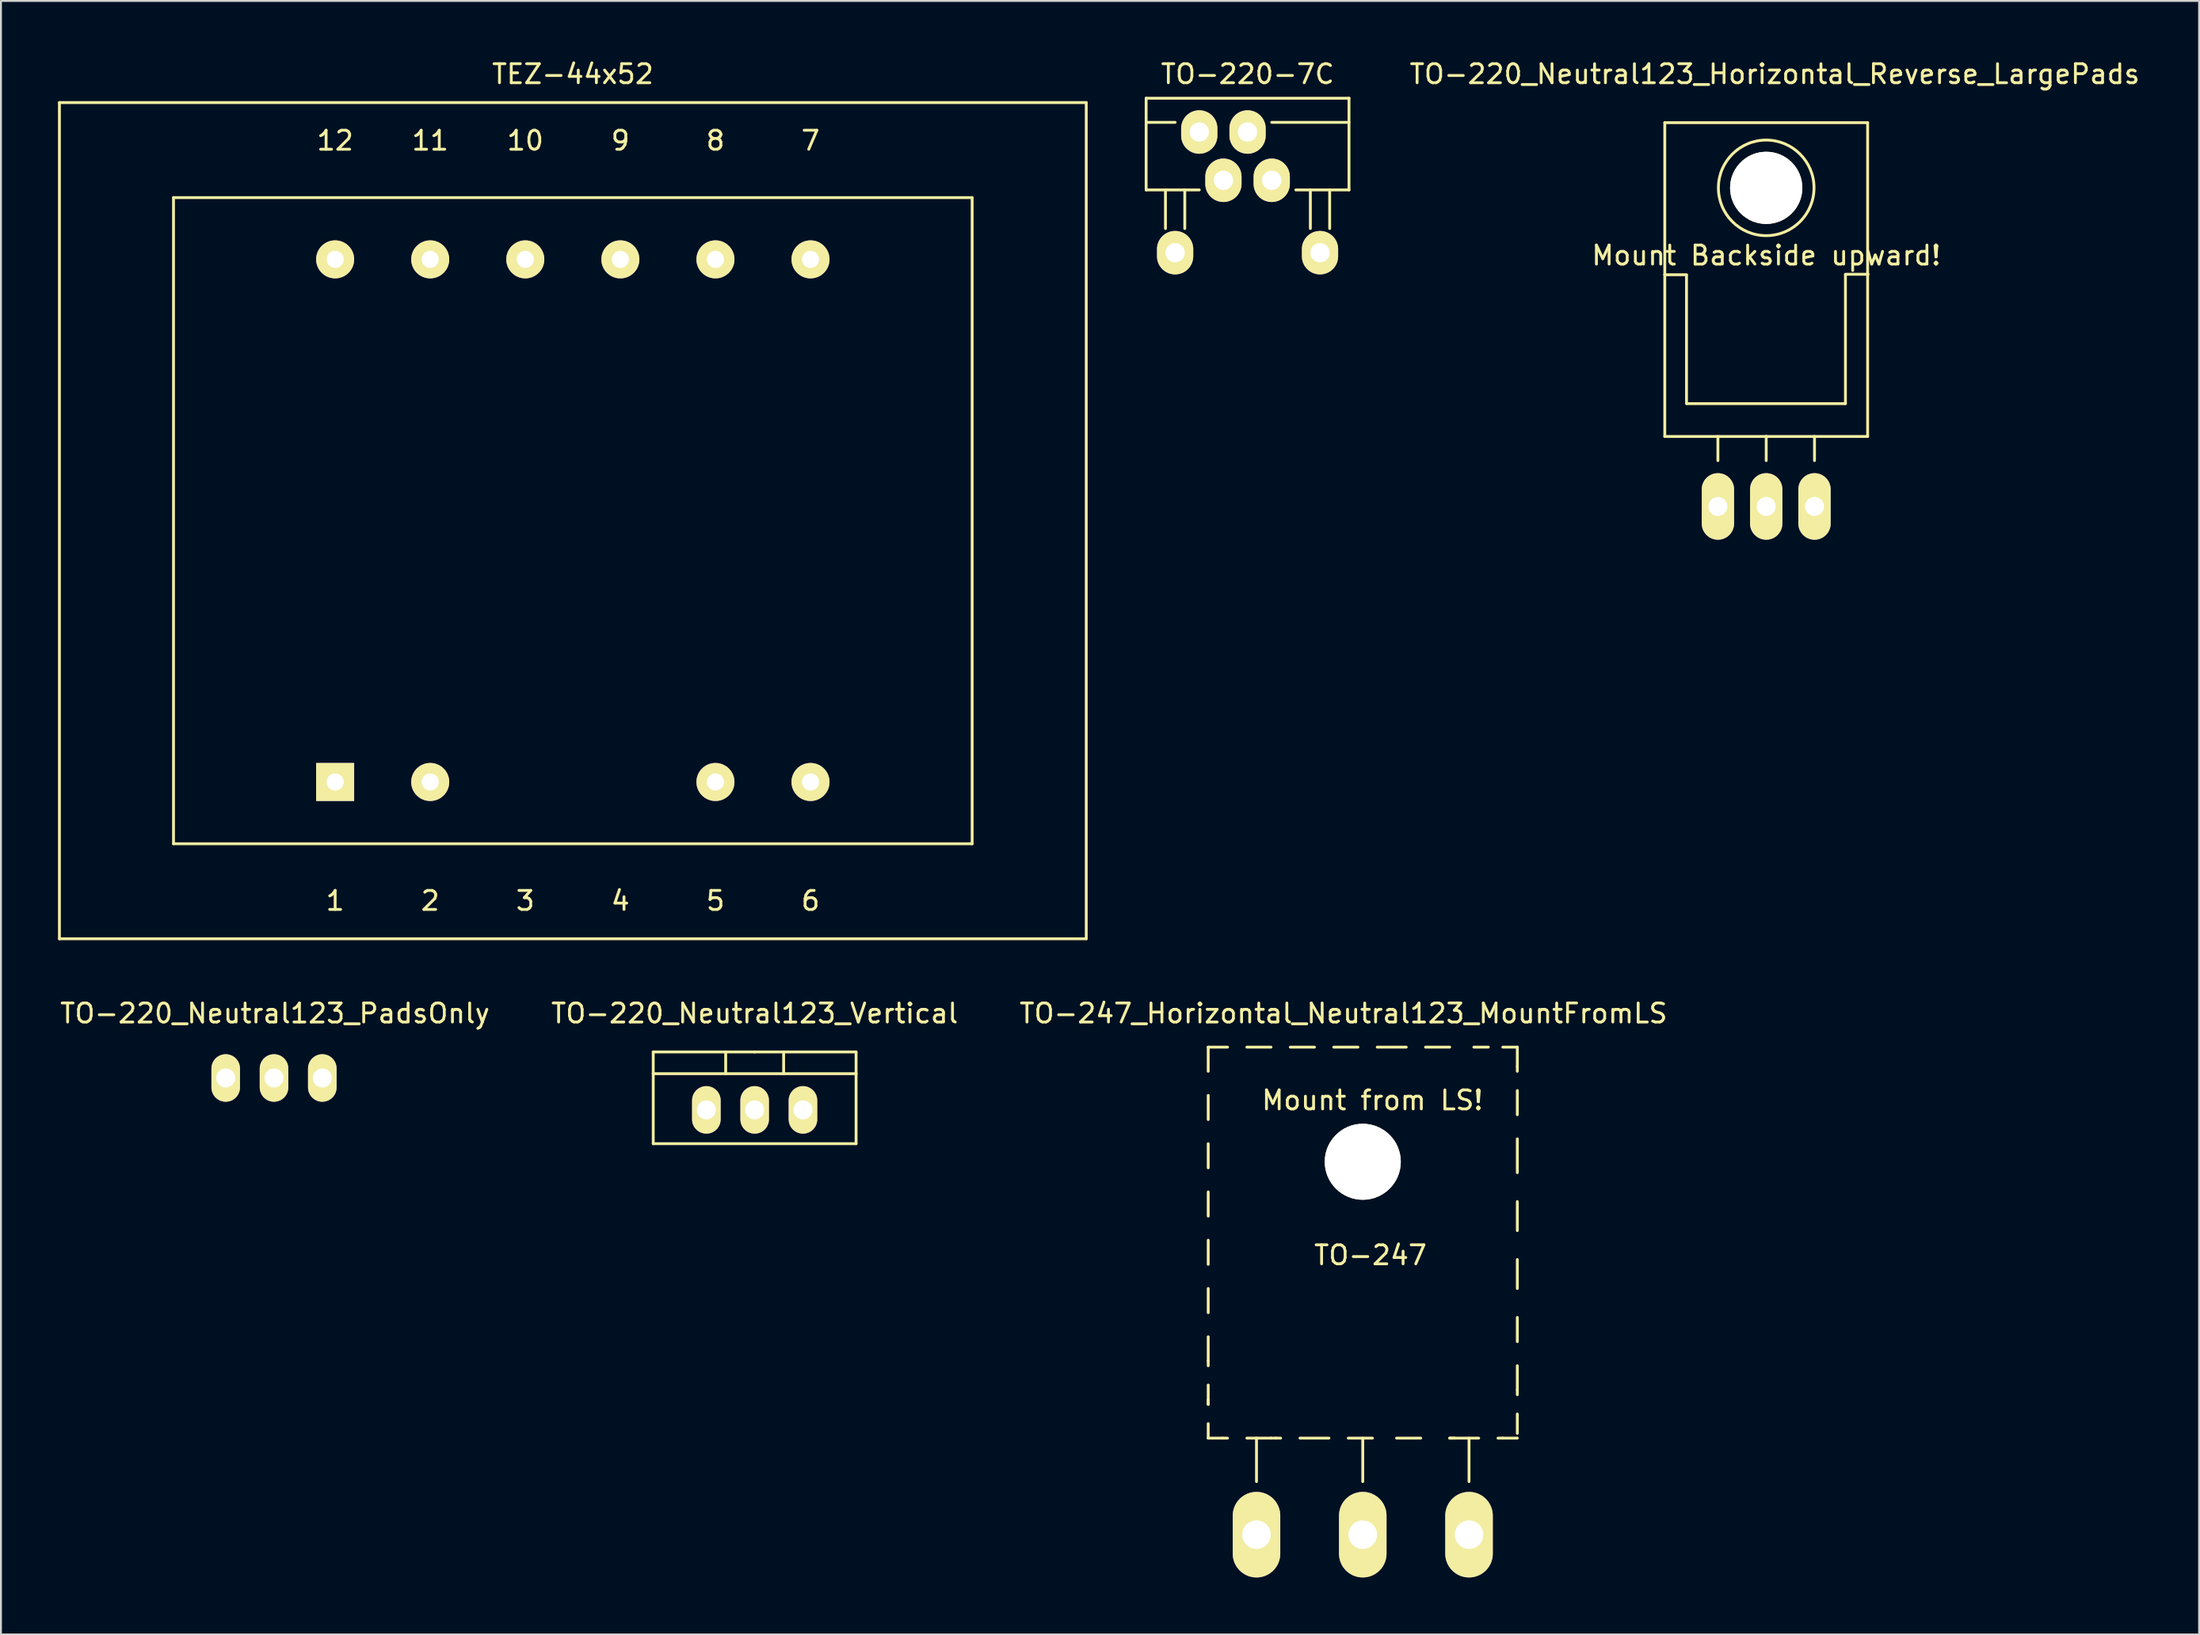
<source format=kicad_pcb>
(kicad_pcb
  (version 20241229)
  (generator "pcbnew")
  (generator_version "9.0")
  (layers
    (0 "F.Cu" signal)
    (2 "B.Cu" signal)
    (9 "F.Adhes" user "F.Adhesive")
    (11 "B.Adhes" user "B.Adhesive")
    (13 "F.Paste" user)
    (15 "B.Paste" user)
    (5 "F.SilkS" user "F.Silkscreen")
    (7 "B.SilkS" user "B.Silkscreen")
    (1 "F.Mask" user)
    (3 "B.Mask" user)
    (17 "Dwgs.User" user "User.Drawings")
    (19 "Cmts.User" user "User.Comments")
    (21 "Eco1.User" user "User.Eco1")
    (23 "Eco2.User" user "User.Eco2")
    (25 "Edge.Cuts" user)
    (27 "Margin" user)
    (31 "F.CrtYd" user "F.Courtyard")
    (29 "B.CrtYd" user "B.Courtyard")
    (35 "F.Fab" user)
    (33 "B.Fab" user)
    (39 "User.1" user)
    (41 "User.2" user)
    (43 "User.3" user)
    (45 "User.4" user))
  (footprint "TO-220_Neutral123_Vertical"
    (layer "F.Cu")
    (at 36.637 55.352)
    (property "Reference" "TO-220_Neutral123_Vertical" (at 0 -5.08 0) (layer "F.SilkS") (effects (font (size 1 1) (thickness 0.15))))
    (attr through_hole)
    (fp_line (start -5.334 -1.905) (end -5.334 -3.048) (stroke (width 0.15) (type solid)) (layer "F.SilkS"))
    (fp_line (start -5.334 1.778) (end -5.334 -1.905) (stroke (width 0.15) (type solid)) (layer "F.SilkS"))
    (fp_line (start -1.524 -3.048) (end -1.524 -1.905) (stroke (width 0.15) (type solid)) (layer "F.SilkS"))
    (fp_line (start 0 -3.048) (end -5.334 -3.048) (stroke (width 0.15) (type solid)) (layer "F.SilkS"))
    (fp_line (start 0 -3.048) (end 5.334 -3.048) (stroke (width 0.15) (type solid)) (layer "F.SilkS"))
    (fp_line (start 1.524 -3.048) (end 1.524 -1.905) (stroke (width 0.15) (type solid)) (layer "F.SilkS"))
    (fp_line (start 5.334 -3.048) (end 5.334 -1.905) (stroke (width 0.15) (type solid)) (layer "F.SilkS"))
    (fp_line (start 5.334 -1.905) (end -5.334 -1.905) (stroke (width 0.15) (type solid)) (layer "F.SilkS"))
    (fp_line (start 5.334 -1.905) (end 5.334 1.778) (stroke (width 0.15) (type solid)) (layer "F.SilkS"))
    (fp_line (start 5.334 1.778) (end -5.334 1.778) (stroke (width 0.15) (type solid)) (layer "F.SilkS"))
    (pad "1" thru_hole oval (at -2.54 0 90) (size 2.499 1.501) (drill 1.001) (layers "*.Cu" "*.Mask" "F.SilkS"))
    (pad "2" thru_hole oval (at 0 0 90) (size 2.499 1.501) (drill 1.001) (layers "*.Cu" "*.Mask" "F.SilkS"))
    (pad "3" thru_hole oval (at 2.54 0 90) (size 2.499 1.501) (drill 1.001) (layers "*.Cu" "*.Mask" "F.SilkS")))
  (footprint "TO-247_Horizontal_Neutral123_MountFromLS"
    (layer "F.Cu")
    (at 68.617 77.704)
    (property "Reference" "TO-247_Horizontal_Neutral123_MountFromLS" (at -1.016 -27.432 0) (layer "F.SilkS") (effects (font (size 1 1) (thickness 0.15))))
    (attr through_hole)
    (fp_line (start -8.128 -25.654) (end -8.128 -24.384) (stroke (width 0.15) (type solid)) (layer "F.SilkS"))
    (fp_line (start -8.128 -25.654) (end -7.112 -25.654) (stroke (width 0.15) (type solid)) (layer "F.SilkS"))
    (fp_line (start -8.128 -23.114) (end -8.128 -21.844) (stroke (width 0.15) (type solid)) (layer "F.SilkS"))
    (fp_line (start -8.128 -20.574) (end -8.128 -19.304) (stroke (width 0.15) (type solid)) (layer "F.SilkS"))
    (fp_line (start -8.128 -18.034) (end -8.128 -16.764) (stroke (width 0.15) (type solid)) (layer "F.SilkS"))
    (fp_line (start -8.128 -15.494) (end -8.128 -14.224) (stroke (width 0.15) (type solid)) (layer "F.SilkS"))
    (fp_line (start -8.128 -12.954) (end -8.128 -11.684) (stroke (width 0.15) (type solid)) (layer "F.SilkS"))
    (fp_line (start -8.128 -10.414) (end -8.128 -9.144) (stroke (width 0.15) (type solid)) (layer "F.SilkS"))
    (fp_line (start -8.128 -9.144) (end -8.128 -8.89) (stroke (width 0.15) (type solid)) (layer "F.SilkS"))
    (fp_line (start -8.128 -7.874) (end -8.128 -6.858) (stroke (width 0.15) (type solid)) (layer "F.SilkS"))
    (fp_line (start -8.128 -6.858) (end -8.128 -7.112) (stroke (width 0.15) (type solid)) (layer "F.SilkS"))
    (fp_line (start -8.128 -5.842) (end -8.128 -5.08) (stroke (width 0.15) (type solid)) (layer "F.SilkS"))
    (fp_line (start -8.128 -5.08) (end -7.366 -5.08) (stroke (width 0.15) (type solid)) (layer "F.SilkS"))
    (fp_line (start -7.366 -5.08) (end -7.112 -5.08) (stroke (width 0.15) (type solid)) (layer "F.SilkS"))
    (fp_line (start -6.096 -25.654) (end -4.826 -25.654) (stroke (width 0.15) (type solid)) (layer "F.SilkS"))
    (fp_line (start -6.096 -5.08) (end -4.826 -5.08) (stroke (width 0.15) (type solid)) (layer "F.SilkS"))
    (fp_line (start -5.588 -2.794) (end -5.588 -5.08) (stroke (width 0.15) (type solid)) (layer "F.SilkS"))
    (fp_line (start -4.826 -5.08) (end -4.572 -5.08) (stroke (width 0.15) (type solid)) (layer "F.SilkS"))
    (fp_line (start -4.572 -5.08) (end -4.318 -5.08) (stroke (width 0.15) (type solid)) (layer "F.SilkS"))
    (fp_line (start -3.81 -25.654) (end -2.54 -25.654) (stroke (width 0.15) (type solid)) (layer "F.SilkS"))
    (fp_line (start -3.302 -5.08) (end -1.778 -5.08) (stroke (width 0.15) (type solid)) (layer "F.SilkS"))
    (fp_line (start -1.524 -25.654) (end -0.254 -25.654) (stroke (width 0.15) (type solid)) (layer "F.SilkS"))
    (fp_line (start -0.762 -5.08) (end 0.508 -5.08) (stroke (width 0.15) (type solid)) (layer "F.SilkS"))
    (fp_line (start 0 -2.794) (end 0 -5.08) (stroke (width 0.15) (type solid)) (layer "F.SilkS"))
    (fp_line (start 0.762 -25.654) (end 2.286 -25.654) (stroke (width 0.15) (type solid)) (layer "F.SilkS"))
    (fp_line (start 1.778 -5.08) (end 3.048 -5.08) (stroke (width 0.15) (type solid)) (layer "F.SilkS"))
    (fp_line (start 3.302 -25.654) (end 4.572 -25.654) (stroke (width 0.15) (type solid)) (layer "F.SilkS"))
    (fp_line (start 4.572 -5.08) (end 4.826 -5.08) (stroke (width 0.15) (type solid)) (layer "F.SilkS"))
    (fp_line (start 5.588 -2.794) (end 5.588 -5.08) (stroke (width 0.15) (type solid)) (layer "F.SilkS"))
    (fp_line (start 5.842 -25.654) (end 6.604 -25.654) (stroke (width 0.15) (type solid)) (layer "F.SilkS"))
    (fp_line (start 6.096 -5.08) (end 4.572 -5.08) (stroke (width 0.15) (type solid)) (layer "F.SilkS"))
    (fp_line (start 7.366 -25.654) (end 8.128 -25.654) (stroke (width 0.15) (type solid)) (layer "F.SilkS"))
    (fp_line (start 7.366 -5.08) (end 7.112 -5.08) (stroke (width 0.15) (type solid)) (layer "F.SilkS"))
    (fp_line (start 8.128 -25.654) (end 8.128 -24.638) (stroke (width 0.15) (type solid)) (layer "F.SilkS"))
    (fp_line (start 8.128 -24.638) (end 8.128 -24.384) (stroke (width 0.15) (type solid)) (layer "F.SilkS"))
    (fp_line (start 8.128 -23.368) (end 8.128 -22.098) (stroke (width 0.15) (type solid)) (layer "F.SilkS"))
    (fp_line (start 8.128 -20.828) (end 8.128 -19.05) (stroke (width 0.15) (type solid)) (layer "F.SilkS"))
    (fp_line (start 8.128 -17.526) (end 8.128 -16.002) (stroke (width 0.15) (type solid)) (layer "F.SilkS"))
    (fp_line (start 8.128 -14.478) (end 8.128 -12.954) (stroke (width 0.15) (type solid)) (layer "F.SilkS"))
    (fp_line (start 8.128 -11.43) (end 8.128 -10.16) (stroke (width 0.15) (type solid)) (layer "F.SilkS"))
    (fp_line (start 8.128 -8.89) (end 8.128 -7.62) (stroke (width 0.15) (type solid)) (layer "F.SilkS"))
    (fp_line (start 8.128 -7.62) (end 8.128 -7.366) (stroke (width 0.15) (type solid)) (layer "F.SilkS"))
    (fp_line (start 8.128 -6.35) (end 8.128 -5.334) (stroke (width 0.15) (type solid)) (layer "F.SilkS"))
    (fp_line (start 8.128 -5.08) (end 7.366 -5.08) (stroke (width 0.15) (type solid)) (layer "F.SilkS"))
    (fp_circle (center 0 -19.558) (end 1.778 -19.558) (stroke (width 0.15) (type solid)) (fill no) (layer "F.SilkS"))
    (fp_text user "TO-247" (at 0.406 -14.707 0) (layer "F.SilkS") (effects (font (size 1 1) (thickness 0.15))))
    (fp_text user "Mount from LS!" (at 0.508 -22.86 0) (layer "F.SilkS") (effects (font (size 1 1) (thickness 0.15))))
    (pad "" np_thru_hole circle (at 0 -19.622) (size 4 4) (drill 4) (layers "*.Cu" "*.Mask" "F.SilkS"))
    (pad "1" thru_hole oval (at 5.588 0 90) (size 4.501 2.499) (drill 1.501) (layers "*.Cu" "*.Mask" "F.SilkS"))
    (pad "2" thru_hole oval (at 0 0 90) (size 4.501 2.499) (drill 1.501) (layers "*.Cu" "*.Mask" "F.SilkS"))
    (pad "3" thru_hole oval (at -5.588 0 90) (size 4.501 2.499) (drill 1.501) (layers "*.Cu" "*.Mask" "F.SilkS")))
  (footprint "TEZ-44x52"
    (layer "F.Cu")
    (at 27.075 24.348)
    (property "Reference" "TEZ-44x52" (at 0 -23.5 0) (layer "F.SilkS") (effects (font (size 1 1) (thickness 0.15))))
    (attr through_hole)
    (fp_line (start -27 -22) (end 27 -22) (stroke (width 0.15) (type solid)) (layer "F.SilkS"))
    (fp_line (start -27 22) (end -27 -22) (stroke (width 0.15) (type solid)) (layer "F.SilkS"))
    (fp_line (start -21 -17) (end 21 -17) (stroke (width 0.15) (type solid)) (layer "F.SilkS"))
    (fp_line (start -21 17) (end -21 -17) (stroke (width 0.15) (type solid)) (layer "F.SilkS"))
    (fp_line (start 21 -17) (end 21 17) (stroke (width 0.15) (type solid)) (layer "F.SilkS"))
    (fp_line (start 21 17) (end -21 17) (stroke (width 0.15) (type solid)) (layer "F.SilkS"))
    (fp_line (start 27 -22) (end 27 22) (stroke (width 0.15) (type solid)) (layer "F.SilkS"))
    (fp_line (start 27 22) (end -27 22) (stroke (width 0.15) (type solid)) (layer "F.SilkS"))
    (fp_text user "7" (at 12.5 -20 0) (layer "F.SilkS") (effects (font (size 1 1) (thickness 0.15))))
    (fp_text user "5" (at 7.5 20 0) (layer "F.SilkS") (effects (font (size 1 1) (thickness 0.15))))
    (fp_text user "12" (at -12.5 -20 0) (layer "F.SilkS") (effects (font (size 1 1) (thickness 0.15))))
    (fp_text user "9" (at 2.5 -20 0) (layer "F.SilkS") (effects (font (size 1 1) (thickness 0.15))))
    (fp_text user "8" (at 7.5 -20 0) (layer "F.SilkS") (effects (font (size 1 1) (thickness 0.15))))
    (fp_text user "6" (at 12.5 20 0) (layer "F.SilkS") (effects (font (size 1 1) (thickness 0.15))))
    (fp_text user "10" (at -2.5 -20 0) (layer "F.SilkS") (effects (font (size 1 1) (thickness 0.15))))
    (fp_text user "1" (at -12.5 20 0) (layer "F.SilkS") (effects (font (size 1 1) (thickness 0.15))))
    (fp_text user "4" (at 2.5 20 0) (layer "F.SilkS") (effects (font (size 1 1) (thickness 0.15))))
    (fp_text user "2" (at -7.5 20 0) (layer "F.SilkS") (effects (font (size 1 1) (thickness 0.15))))
    (fp_text user "3" (at -2.5 20 0) (layer "F.SilkS") (effects (font (size 1 1) (thickness 0.15))))
    (fp_text user "11" (at -7.5 -20 0) (layer "F.SilkS") (effects (font (size 1 1) (thickness 0.15))))
    (pad "1" thru_hole rect (at -12.5 13.75) (size 2 2) (drill 0.9) (layers "*.Cu" "*.Mask" "F.SilkS"))
    (pad "2" thru_hole circle (at -7.5 13.75) (size 2 2) (drill 0.9) (layers "*.Cu" "*.Mask" "F.SilkS"))
    (pad "5" thru_hole circle (at 7.5 13.75) (size 2 2) (drill 0.9) (layers "*.Cu" "*.Mask" "F.SilkS"))
    (pad "6" thru_hole circle (at 12.5 13.75) (size 2 2) (drill 0.9) (layers "*.Cu" "*.Mask" "F.SilkS"))
    (pad "7" thru_hole circle (at 12.5 -13.75) (size 2 2) (drill 0.9) (layers "*.Cu" "*.Mask" "F.SilkS"))
    (pad "8" thru_hole circle (at 7.5 -13.75) (size 2 2) (drill 0.9) (layers "*.Cu" "*.Mask" "F.SilkS"))
    (pad "9" thru_hole circle (at 2.5 -13.75) (size 2 2) (drill 0.9) (layers "*.Cu" "*.Mask" "F.SilkS"))
    (pad "10" thru_hole circle (at -2.5 -13.75) (size 2 2) (drill 0.9) (layers "*.Cu" "*.Mask" "F.SilkS"))
    (pad "11" thru_hole circle (at -7.5 -13.75) (size 2 2) (drill 0.9) (layers "*.Cu" "*.Mask" "F.SilkS"))
    (pad "12" thru_hole circle (at -12.5 -13.75) (size 2 2) (drill 0.9) (layers "*.Cu" "*.Mask" "F.SilkS")))
  (footprint "TO-220-7C"
    (layer "F.Cu")
    (at 62.559 5.166)
    (property "Reference" "TO-220-7C" (at 0 -4.318 0) (layer "F.SilkS") (effects (font (size 1 1) (thickness 0.15))))
    (attr through_hole)
    (fp_line (start -5.334 -3.048) (end -5.334 1.778) (stroke (width 0.15) (type solid)) (layer "F.SilkS"))
    (fp_line (start -5.334 -1.778) (end -3.81 -1.778) (stroke (width 0.15) (type solid)) (layer "F.SilkS"))
    (fp_line (start -5.334 1.778) (end -2.54 1.778) (stroke (width 0.15) (type solid)) (layer "F.SilkS"))
    (fp_line (start -4.318 3.81) (end -4.318 1.778) (stroke (width 0.15) (type solid)) (layer "F.SilkS"))
    (fp_line (start -3.302 3.81) (end -3.302 1.778) (stroke (width 0.15) (type solid)) (layer "F.SilkS"))
    (fp_line (start 3.302 3.81) (end 3.302 1.778) (stroke (width 0.15) (type solid)) (layer "F.SilkS"))
    (fp_line (start 4.318 3.81) (end 4.318 1.778) (stroke (width 0.15) (type solid)) (layer "F.SilkS"))
    (fp_line (start 5.334 -3.048) (end -5.334 -3.048) (stroke (width 0.15) (type solid)) (layer "F.SilkS"))
    (fp_line (start 5.334 -3.048) (end 5.334 1.778) (stroke (width 0.15) (type solid)) (layer "F.SilkS"))
    (fp_line (start 5.334 -1.778) (end 1.27 -1.778) (stroke (width 0.15) (type solid)) (layer "F.SilkS"))
    (fp_line (start 5.334 1.778) (end 2.54 1.778) (stroke (width 0.15) (type solid)) (layer "F.SilkS"))
    (pad "1" thru_hole oval (at -3.81 5.08) (size 1.905 2.286) (drill 1.016) (layers "*.Cu" "*.Mask" "F.SilkS"))
    (pad "2" thru_hole oval (at -2.54 -1.27) (size 1.905 2.286) (drill 1.016) (layers "*.Cu" "*.Mask" "F.SilkS"))
    (pad "3" thru_hole oval (at -1.27 1.27) (size 1.905 2.286) (drill 1.016) (layers "*.Cu" "*.Mask" "F.SilkS"))
    (pad "4" thru_hole oval (at 0 -1.27) (size 1.905 2.286) (drill 1.016) (layers "*.Cu" "*.Mask" "F.SilkS"))
    (pad "5" thru_hole oval (at 1.27 1.27) (size 1.905 2.286) (drill 1.016) (layers "*.Cu" "*.Mask" "F.SilkS"))
    (pad "7" thru_hole oval (at 3.81 5.08) (size 1.905 2.286) (drill 1.016) (layers "*.Cu" "*.Mask" "F.SilkS")))
  (footprint "TO-220_Neutral123_Horizontal_Reverse_LargePads"
    (layer "F.Cu")
    (at 89.834 23.599)
    (property "Reference" "TO-220_Neutral123_Horizontal_Reverse_LargePads" (at 0.45 -22.751 0) (layer "F.SilkS") (effects (font (size 1 1) (thickness 0.15))))
    (attr through_hole)
    (fp_line (start -5.334 -20.193) (end -5.334 -12.192) (stroke (width 0.15) (type solid)) (layer "F.SilkS"))
    (fp_line (start -5.334 -12.192) (end -5.334 -3.683) (stroke (width 0.15) (type solid)) (layer "F.SilkS"))
    (fp_line (start -4.191 -12.192) (end -5.334 -12.192) (stroke (width 0.15) (type solid)) (layer "F.SilkS"))
    (fp_line (start -4.191 -5.41) (end -4.191 -12.167) (stroke (width 0.15) (type solid)) (layer "F.SilkS"))
    (fp_line (start -2.54 -3.683) (end -2.54 -2.413) (stroke (width 0.15) (type solid)) (layer "F.SilkS"))
    (fp_line (start 0 -3.683) (end -5.334 -3.683) (stroke (width 0.15) (type solid)) (layer "F.SilkS"))
    (fp_line (start 0 -3.683) (end 0 -2.413) (stroke (width 0.15) (type solid)) (layer "F.SilkS"))
    (fp_line (start 0 -3.683) (end 5.334 -3.683) (stroke (width 0.15) (type solid)) (layer "F.SilkS"))
    (fp_line (start 2.54 -3.683) (end 2.54 -2.413) (stroke (width 0.15) (type solid)) (layer "F.SilkS"))
    (fp_line (start 4.166 -12.217) (end 5.359 -12.217) (stroke (width 0.15) (type solid)) (layer "F.SilkS"))
    (fp_line (start 4.166 -12.192) (end 4.166 -5.41) (stroke (width 0.15) (type solid)) (layer "F.SilkS"))
    (fp_line (start 4.166 -5.41) (end -4.166 -5.41) (stroke (width 0.15) (type solid)) (layer "F.SilkS"))
    (fp_line (start 5.334 -20.193) (end -5.334 -20.193) (stroke (width 0.15) (type solid)) (layer "F.SilkS"))
    (fp_line (start 5.334 -12.192) (end 5.334 -20.193) (stroke (width 0.15) (type solid)) (layer "F.SilkS"))
    (fp_line (start 5.334 -3.683) (end 5.334 -12.192) (stroke (width 0.15) (type solid)) (layer "F.SilkS"))
    (fp_circle (center 0 -16.764) (end 1.778 -14.986) (stroke (width 0.15) (type solid)) (fill no) (layer "F.SilkS"))
    (fp_text user "Mount Backside upward!" (at 0 -13.208 0) (layer "F.SilkS") (effects (font (size 1 1) (thickness 0.15))))
    (pad "" np_thru_hole circle (at 0 -16.764 90) (size 3.8 3.8) (drill 3.8) (layers "*.Cu" "*.Mask" "F.SilkS"))
    (pad "1" thru_hole oval (at 2.54 0 90) (size 3.5 1.699) (drill 1.001) (layers "*.Cu" "*.Mask" "F.SilkS"))
    (pad "2" thru_hole oval (at 0 0 90) (size 3.5 1.699) (drill 1.001) (layers "*.Cu" "*.Mask" "F.SilkS"))
    (pad "3" thru_hole oval (at -2.54 0 90) (size 3.5 1.699) (drill 1.001) (layers "*.Cu" "*.Mask" "F.SilkS")))
  (footprint "TO-220_Neutral123_PadsOnly"
    (layer "F.Cu")
    (at 11.36 53.673)
    (property "Reference" "TO-220_Neutral123_PadsOnly" (at 0.051 -3.401 0) (layer "F.SilkS") (effects (font (size 1 1) (thickness 0.15))))
    (attr through_hole)
    (pad "1" thru_hole oval (at -2.54 0 90) (size 2.499 1.501) (drill 1.001) (layers "*.Cu" "*.Mask" "F.SilkS"))
    (pad "2" thru_hole oval (at 0 0 90) (size 2.499 1.501) (drill 1.001) (layers "*.Cu" "*.Mask" "F.SilkS"))
    (pad "3" thru_hole oval (at 2.54 0 90) (size 2.499 1.501) (drill 1.001) (layers "*.Cu" "*.Mask" "F.SilkS")))
  (gr_rect
    (start -3 -3)
    (end 112.599 82.954)
    (stroke (width 0.1) (type default))
    (fill no)
    (layer "Edge.Cuts")))
</source>
